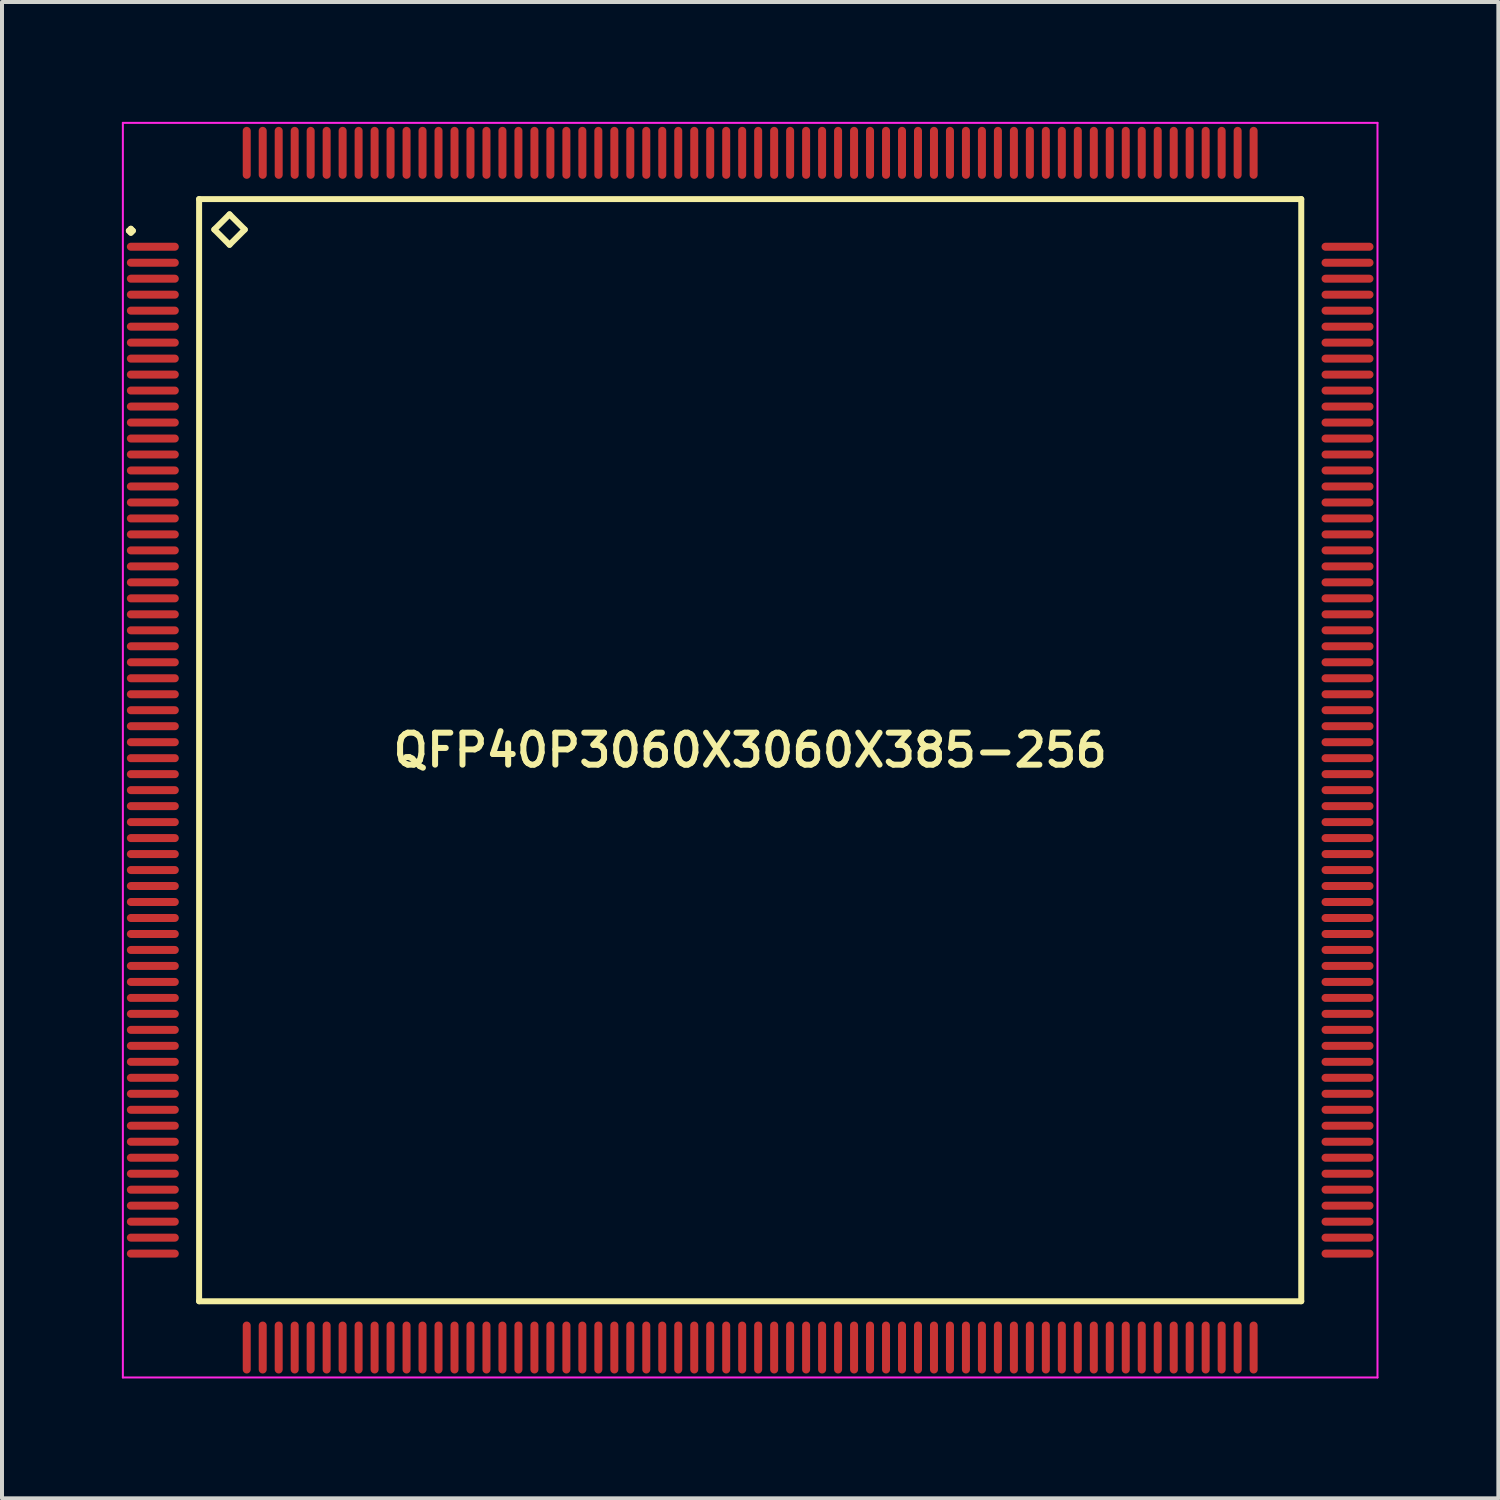
<source format=kicad_pcb>
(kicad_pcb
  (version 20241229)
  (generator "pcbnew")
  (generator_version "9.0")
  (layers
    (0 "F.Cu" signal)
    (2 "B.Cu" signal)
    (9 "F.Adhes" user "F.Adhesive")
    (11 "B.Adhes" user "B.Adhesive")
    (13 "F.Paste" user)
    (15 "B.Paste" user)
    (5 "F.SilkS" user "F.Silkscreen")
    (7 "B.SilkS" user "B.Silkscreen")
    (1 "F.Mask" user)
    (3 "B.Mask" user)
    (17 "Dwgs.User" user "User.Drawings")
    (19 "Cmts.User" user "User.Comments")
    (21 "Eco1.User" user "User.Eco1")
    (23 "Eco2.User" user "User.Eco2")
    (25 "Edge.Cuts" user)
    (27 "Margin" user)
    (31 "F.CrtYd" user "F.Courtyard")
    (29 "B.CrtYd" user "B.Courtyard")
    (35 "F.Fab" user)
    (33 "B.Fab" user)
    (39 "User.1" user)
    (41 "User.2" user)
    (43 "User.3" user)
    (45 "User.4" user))
  (footprint "QFP40P3060X3060X385-256"
    (layer "F.Cu")
    (at 15.725 15.725)
    (property "Reference" "QFP40P3060X3060X385-256" (at 0 0 0) (layer "F.SilkS") (effects (font (size 0.8 0.8) (thickness 0.15))))
    (attr smd)
    (fp_line (start -15.55 -13) (end -15.5 -13.05) (stroke (width 0.15) (type solid)) (layer "F.SilkS"))
    (fp_line (start -15.5 -13.05) (end -15.45 -13) (stroke (width 0.15) (type solid)) (layer "F.SilkS"))
    (fp_line (start -15.5 -12.95) (end -15.55 -13) (stroke (width 0.15) (type solid)) (layer "F.SilkS"))
    (fp_line (start -15.45 -13) (end -15.5 -12.95) (stroke (width 0.15) (type solid)) (layer "F.SilkS"))
    (fp_line (start -13.792 -13.792) (end -13.792 13.792) (stroke (width 0.15) (type solid)) (layer "F.SilkS"))
    (fp_line (start -13.792 13.792) (end 13.792 13.792) (stroke (width 0.15) (type solid)) (layer "F.SilkS"))
    (fp_line (start -13.411 -13.03) (end -13.03 -13.411) (stroke (width 0.15) (type solid)) (layer "F.SilkS"))
    (fp_line (start -13.03 -13.411) (end -12.649 -13.03) (stroke (width 0.15) (type solid)) (layer "F.SilkS"))
    (fp_line (start -13.03 -12.649) (end -13.411 -13.03) (stroke (width 0.15) (type solid)) (layer "F.SilkS"))
    (fp_line (start -12.649 -13.03) (end -13.03 -12.649) (stroke (width 0.15) (type solid)) (layer "F.SilkS"))
    (fp_line (start 13.792 -13.792) (end -13.792 -13.792) (stroke (width 0.15) (type solid)) (layer "F.SilkS"))
    (fp_line (start 13.792 13.792) (end 13.792 -13.792) (stroke (width 0.15) (type solid)) (layer "F.SilkS"))
    (fp_line (start -15.7 -15.7) (end 15.7 -15.7) (stroke (width 0.05) (type solid)) (layer "F.CrtYd"))
    (fp_line (start -15.7 15.7) (end -15.7 -15.7) (stroke (width 0.05) (type solid)) (layer "F.CrtYd"))
    (fp_line (start 15.7 -15.7) (end 15.7 15.7) (stroke (width 0.05) (type solid)) (layer "F.CrtYd"))
    (fp_line (start 15.7 15.7) (end -15.7 15.7) (stroke (width 0.05) (type solid)) (layer "F.CrtYd"))
    (pad "1" smd oval (at -14.95 -12.6) (size 1.3 0.2) (layers "F.Cu" "F.Mask" "F.Paste"))
    (pad "2" smd oval (at -14.95 -12.2) (size 1.3 0.2) (layers "F.Cu" "F.Mask" "F.Paste"))
    (pad "3" smd oval (at -14.95 -11.8) (size 1.3 0.2) (layers "F.Cu" "F.Mask" "F.Paste"))
    (pad "4" smd oval (at -14.95 -11.4) (size 1.3 0.2) (layers "F.Cu" "F.Mask" "F.Paste"))
    (pad "5" smd oval (at -14.95 -11) (size 1.3 0.2) (layers "F.Cu" "F.Mask" "F.Paste"))
    (pad "6" smd oval (at -14.95 -10.6) (size 1.3 0.2) (layers "F.Cu" "F.Mask" "F.Paste"))
    (pad "7" smd oval (at -14.95 -10.2) (size 1.3 0.2) (layers "F.Cu" "F.Mask" "F.Paste"))
    (pad "8" smd oval (at -14.95 -9.8) (size 1.3 0.2) (layers "F.Cu" "F.Mask" "F.Paste"))
    (pad "9" smd oval (at -14.95 -9.4) (size 1.3 0.2) (layers "F.Cu" "F.Mask" "F.Paste"))
    (pad "10" smd oval (at -14.95 -9) (size 1.3 0.2) (layers "F.Cu" "F.Mask" "F.Paste"))
    (pad "11" smd oval (at -14.95 -8.6) (size 1.3 0.2) (layers "F.Cu" "F.Mask" "F.Paste"))
    (pad "12" smd oval (at -14.95 -8.2) (size 1.3 0.2) (layers "F.Cu" "F.Mask" "F.Paste"))
    (pad "13" smd oval (at -14.95 -7.8) (size 1.3 0.2) (layers "F.Cu" "F.Mask" "F.Paste"))
    (pad "14" smd oval (at -14.95 -7.4) (size 1.3 0.2) (layers "F.Cu" "F.Mask" "F.Paste"))
    (pad "15" smd oval (at -14.95 -7) (size 1.3 0.2) (layers "F.Cu" "F.Mask" "F.Paste"))
    (pad "16" smd oval (at -14.95 -6.6) (size 1.3 0.2) (layers "F.Cu" "F.Mask" "F.Paste"))
    (pad "17" smd oval (at -14.95 -6.2) (size 1.3 0.2) (layers "F.Cu" "F.Mask" "F.Paste"))
    (pad "18" smd oval (at -14.95 -5.8) (size 1.3 0.2) (layers "F.Cu" "F.Mask" "F.Paste"))
    (pad "19" smd oval (at -14.95 -5.4) (size 1.3 0.2) (layers "F.Cu" "F.Mask" "F.Paste"))
    (pad "20" smd oval (at -14.95 -5) (size 1.3 0.2) (layers "F.Cu" "F.Mask" "F.Paste"))
    (pad "21" smd oval (at -14.95 -4.6) (size 1.3 0.2) (layers "F.Cu" "F.Mask" "F.Paste"))
    (pad "22" smd oval (at -14.95 -4.2) (size 1.3 0.2) (layers "F.Cu" "F.Mask" "F.Paste"))
    (pad "23" smd oval (at -14.95 -3.8) (size 1.3 0.2) (layers "F.Cu" "F.Mask" "F.Paste"))
    (pad "24" smd oval (at -14.95 -3.4) (size 1.3 0.2) (layers "F.Cu" "F.Mask" "F.Paste"))
    (pad "25" smd oval (at -14.95 -3) (size 1.3 0.2) (layers "F.Cu" "F.Mask" "F.Paste"))
    (pad "26" smd oval (at -14.95 -2.6) (size 1.3 0.2) (layers "F.Cu" "F.Mask" "F.Paste"))
    (pad "27" smd oval (at -14.95 -2.2) (size 1.3 0.2) (layers "F.Cu" "F.Mask" "F.Paste"))
    (pad "28" smd oval (at -14.95 -1.8) (size 1.3 0.2) (layers "F.Cu" "F.Mask" "F.Paste"))
    (pad "29" smd oval (at -14.95 -1.4) (size 1.3 0.2) (layers "F.Cu" "F.Mask" "F.Paste"))
    (pad "30" smd oval (at -14.95 -1) (size 1.3 0.2) (layers "F.Cu" "F.Mask" "F.Paste"))
    (pad "31" smd oval (at -14.95 -0.6) (size 1.3 0.2) (layers "F.Cu" "F.Mask" "F.Paste"))
    (pad "32" smd oval (at -14.95 -0.2) (size 1.3 0.2) (layers "F.Cu" "F.Mask" "F.Paste"))
    (pad "33" smd oval (at -14.95 0.2) (size 1.3 0.2) (layers "F.Cu" "F.Mask" "F.Paste"))
    (pad "34" smd oval (at -14.95 0.6) (size 1.3 0.2) (layers "F.Cu" "F.Mask" "F.Paste"))
    (pad "35" smd oval (at -14.95 1) (size 1.3 0.2) (layers "F.Cu" "F.Mask" "F.Paste"))
    (pad "36" smd oval (at -14.95 1.4) (size 1.3 0.2) (layers "F.Cu" "F.Mask" "F.Paste"))
    (pad "37" smd oval (at -14.95 1.8) (size 1.3 0.2) (layers "F.Cu" "F.Mask" "F.Paste"))
    (pad "38" smd oval (at -14.95 2.2) (size 1.3 0.2) (layers "F.Cu" "F.Mask" "F.Paste"))
    (pad "39" smd oval (at -14.95 2.6) (size 1.3 0.2) (layers "F.Cu" "F.Mask" "F.Paste"))
    (pad "40" smd oval (at -14.95 3) (size 1.3 0.2) (layers "F.Cu" "F.Mask" "F.Paste"))
    (pad "41" smd oval (at -14.95 3.4) (size 1.3 0.2) (layers "F.Cu" "F.Mask" "F.Paste"))
    (pad "42" smd oval (at -14.95 3.8) (size 1.3 0.2) (layers "F.Cu" "F.Mask" "F.Paste"))
    (pad "43" smd oval (at -14.95 4.2) (size 1.3 0.2) (layers "F.Cu" "F.Mask" "F.Paste"))
    (pad "44" smd oval (at -14.95 4.6) (size 1.3 0.2) (layers "F.Cu" "F.Mask" "F.Paste"))
    (pad "45" smd oval (at -14.95 5) (size 1.3 0.2) (layers "F.Cu" "F.Mask" "F.Paste"))
    (pad "46" smd oval (at -14.95 5.4) (size 1.3 0.2) (layers "F.Cu" "F.Mask" "F.Paste"))
    (pad "47" smd oval (at -14.95 5.8) (size 1.3 0.2) (layers "F.Cu" "F.Mask" "F.Paste"))
    (pad "48" smd oval (at -14.95 6.2) (size 1.3 0.2) (layers "F.Cu" "F.Mask" "F.Paste"))
    (pad "49" smd oval (at -14.95 6.6) (size 1.3 0.2) (layers "F.Cu" "F.Mask" "F.Paste"))
    (pad "50" smd oval (at -14.95 7) (size 1.3 0.2) (layers "F.Cu" "F.Mask" "F.Paste"))
    (pad "51" smd oval (at -14.95 7.4) (size 1.3 0.2) (layers "F.Cu" "F.Mask" "F.Paste"))
    (pad "52" smd oval (at -14.95 7.8) (size 1.3 0.2) (layers "F.Cu" "F.Mask" "F.Paste"))
    (pad "53" smd oval (at -14.95 8.2) (size 1.3 0.2) (layers "F.Cu" "F.Mask" "F.Paste"))
    (pad "54" smd oval (at -14.95 8.6) (size 1.3 0.2) (layers "F.Cu" "F.Mask" "F.Paste"))
    (pad "55" smd oval (at -14.95 9) (size 1.3 0.2) (layers "F.Cu" "F.Mask" "F.Paste"))
    (pad "56" smd oval (at -14.95 9.4) (size 1.3 0.2) (layers "F.Cu" "F.Mask" "F.Paste"))
    (pad "57" smd oval (at -14.95 9.8) (size 1.3 0.2) (layers "F.Cu" "F.Mask" "F.Paste"))
    (pad "58" smd oval (at -14.95 10.2) (size 1.3 0.2) (layers "F.Cu" "F.Mask" "F.Paste"))
    (pad "59" smd oval (at -14.95 10.6) (size 1.3 0.2) (layers "F.Cu" "F.Mask" "F.Paste"))
    (pad "60" smd oval (at -14.95 11) (size 1.3 0.2) (layers "F.Cu" "F.Mask" "F.Paste"))
    (pad "61" smd oval (at -14.95 11.4) (size 1.3 0.2) (layers "F.Cu" "F.Mask" "F.Paste"))
    (pad "62" smd oval (at -14.95 11.8) (size 1.3 0.2) (layers "F.Cu" "F.Mask" "F.Paste"))
    (pad "63" smd oval (at -14.95 12.2) (size 1.3 0.2) (layers "F.Cu" "F.Mask" "F.Paste"))
    (pad "64" smd oval (at -14.95 12.6) (size 1.3 0.2) (layers "F.Cu" "F.Mask" "F.Paste"))
    (pad "65" smd oval (at -12.6 14.95) (size 0.2 1.3) (layers "F.Cu" "F.Mask" "F.Paste"))
    (pad "66" smd oval (at -12.2 14.95) (size 0.2 1.3) (layers "F.Cu" "F.Mask" "F.Paste"))
    (pad "67" smd oval (at -11.8 14.95) (size 0.2 1.3) (layers "F.Cu" "F.Mask" "F.Paste"))
    (pad "68" smd oval (at -11.4 14.95) (size 0.2 1.3) (layers "F.Cu" "F.Mask" "F.Paste"))
    (pad "69" smd oval (at -11 14.95) (size 0.2 1.3) (layers "F.Cu" "F.Mask" "F.Paste"))
    (pad "70" smd oval (at -10.6 14.95) (size 0.2 1.3) (layers "F.Cu" "F.Mask" "F.Paste"))
    (pad "71" smd oval (at -10.2 14.95) (size 0.2 1.3) (layers "F.Cu" "F.Mask" "F.Paste"))
    (pad "72" smd oval (at -9.8 14.95) (size 0.2 1.3) (layers "F.Cu" "F.Mask" "F.Paste"))
    (pad "73" smd oval (at -9.4 14.95) (size 0.2 1.3) (layers "F.Cu" "F.Mask" "F.Paste"))
    (pad "74" smd oval (at -9 14.95) (size 0.2 1.3) (layers "F.Cu" "F.Mask" "F.Paste"))
    (pad "75" smd oval (at -8.6 14.95) (size 0.2 1.3) (layers "F.Cu" "F.Mask" "F.Paste"))
    (pad "76" smd oval (at -8.2 14.95) (size 0.2 1.3) (layers "F.Cu" "F.Mask" "F.Paste"))
    (pad "77" smd oval (at -7.8 14.95) (size 0.2 1.3) (layers "F.Cu" "F.Mask" "F.Paste"))
    (pad "78" smd oval (at -7.4 14.95) (size 0.2 1.3) (layers "F.Cu" "F.Mask" "F.Paste"))
    (pad "79" smd oval (at -7 14.95) (size 0.2 1.3) (layers "F.Cu" "F.Mask" "F.Paste"))
    (pad "80" smd oval (at -6.6 14.95) (size 0.2 1.3) (layers "F.Cu" "F.Mask" "F.Paste"))
    (pad "81" smd oval (at -6.2 14.95) (size 0.2 1.3) (layers "F.Cu" "F.Mask" "F.Paste"))
    (pad "82" smd oval (at -5.8 14.95) (size 0.2 1.3) (layers "F.Cu" "F.Mask" "F.Paste"))
    (pad "83" smd oval (at -5.4 14.95) (size 0.2 1.3) (layers "F.Cu" "F.Mask" "F.Paste"))
    (pad "84" smd oval (at -5 14.95) (size 0.2 1.3) (layers "F.Cu" "F.Mask" "F.Paste"))
    (pad "85" smd oval (at -4.6 14.95) (size 0.2 1.3) (layers "F.Cu" "F.Mask" "F.Paste"))
    (pad "86" smd oval (at -4.2 14.95) (size 0.2 1.3) (layers "F.Cu" "F.Mask" "F.Paste"))
    (pad "87" smd oval (at -3.8 14.95) (size 0.2 1.3) (layers "F.Cu" "F.Mask" "F.Paste"))
    (pad "88" smd oval (at -3.4 14.95) (size 0.2 1.3) (layers "F.Cu" "F.Mask" "F.Paste"))
    (pad "89" smd oval (at -3 14.95) (size 0.2 1.3) (layers "F.Cu" "F.Mask" "F.Paste"))
    (pad "90" smd oval (at -2.6 14.95) (size 0.2 1.3) (layers "F.Cu" "F.Mask" "F.Paste"))
    (pad "91" smd oval (at -2.2 14.95) (size 0.2 1.3) (layers "F.Cu" "F.Mask" "F.Paste"))
    (pad "92" smd oval (at -1.8 14.95) (size 0.2 1.3) (layers "F.Cu" "F.Mask" "F.Paste"))
    (pad "93" smd oval (at -1.4 14.95) (size 0.2 1.3) (layers "F.Cu" "F.Mask" "F.Paste"))
    (pad "94" smd oval (at -1 14.95) (size 0.2 1.3) (layers "F.Cu" "F.Mask" "F.Paste"))
    (pad "95" smd oval (at -0.6 14.95) (size 0.2 1.3) (layers "F.Cu" "F.Mask" "F.Paste"))
    (pad "96" smd oval (at -0.2 14.95) (size 0.2 1.3) (layers "F.Cu" "F.Mask" "F.Paste"))
    (pad "97" smd oval (at 0.2 14.95) (size 0.2 1.3) (layers "F.Cu" "F.Mask" "F.Paste"))
    (pad "98" smd oval (at 0.6 14.95) (size 0.2 1.3) (layers "F.Cu" "F.Mask" "F.Paste"))
    (pad "99" smd oval (at 1 14.95) (size 0.2 1.3) (layers "F.Cu" "F.Mask" "F.Paste"))
    (pad "100" smd oval (at 1.4 14.95) (size 0.2 1.3) (layers "F.Cu" "F.Mask" "F.Paste"))
    (pad "101" smd oval (at 1.8 14.95) (size 0.2 1.3) (layers "F.Cu" "F.Mask" "F.Paste"))
    (pad "102" smd oval (at 2.2 14.95) (size 0.2 1.3) (layers "F.Cu" "F.Mask" "F.Paste"))
    (pad "103" smd oval (at 2.6 14.95) (size 0.2 1.3) (layers "F.Cu" "F.Mask" "F.Paste"))
    (pad "104" smd oval (at 3 14.95) (size 0.2 1.3) (layers "F.Cu" "F.Mask" "F.Paste"))
    (pad "105" smd oval (at 3.4 14.95) (size 0.2 1.3) (layers "F.Cu" "F.Mask" "F.Paste"))
    (pad "106" smd oval (at 3.8 14.95) (size 0.2 1.3) (layers "F.Cu" "F.Mask" "F.Paste"))
    (pad "107" smd oval (at 4.2 14.95) (size 0.2 1.3) (layers "F.Cu" "F.Mask" "F.Paste"))
    (pad "108" smd oval (at 4.6 14.95) (size 0.2 1.3) (layers "F.Cu" "F.Mask" "F.Paste"))
    (pad "109" smd oval (at 5 14.95) (size 0.2 1.3) (layers "F.Cu" "F.Mask" "F.Paste"))
    (pad "110" smd oval (at 5.4 14.95) (size 0.2 1.3) (layers "F.Cu" "F.Mask" "F.Paste"))
    (pad "111" smd oval (at 5.8 14.95) (size 0.2 1.3) (layers "F.Cu" "F.Mask" "F.Paste"))
    (pad "112" smd oval (at 6.2 14.95) (size 0.2 1.3) (layers "F.Cu" "F.Mask" "F.Paste"))
    (pad "113" smd oval (at 6.6 14.95) (size 0.2 1.3) (layers "F.Cu" "F.Mask" "F.Paste"))
    (pad "114" smd oval (at 7 14.95) (size 0.2 1.3) (layers "F.Cu" "F.Mask" "F.Paste"))
    (pad "115" smd oval (at 7.4 14.95) (size 0.2 1.3) (layers "F.Cu" "F.Mask" "F.Paste"))
    (pad "116" smd oval (at 7.8 14.95) (size 0.2 1.3) (layers "F.Cu" "F.Mask" "F.Paste"))
    (pad "117" smd oval (at 8.2 14.95) (size 0.2 1.3) (layers "F.Cu" "F.Mask" "F.Paste"))
    (pad "118" smd oval (at 8.6 14.95) (size 0.2 1.3) (layers "F.Cu" "F.Mask" "F.Paste"))
    (pad "119" smd oval (at 9 14.95) (size 0.2 1.3) (layers "F.Cu" "F.Mask" "F.Paste"))
    (pad "120" smd oval (at 9.4 14.95) (size 0.2 1.3) (layers "F.Cu" "F.Mask" "F.Paste"))
    (pad "121" smd oval (at 9.8 14.95) (size 0.2 1.3) (layers "F.Cu" "F.Mask" "F.Paste"))
    (pad "122" smd oval (at 10.2 14.95) (size 0.2 1.3) (layers "F.Cu" "F.Mask" "F.Paste"))
    (pad "123" smd oval (at 10.6 14.95) (size 0.2 1.3) (layers "F.Cu" "F.Mask" "F.Paste"))
    (pad "124" smd oval (at 11 14.95) (size 0.2 1.3) (layers "F.Cu" "F.Mask" "F.Paste"))
    (pad "125" smd oval (at 11.4 14.95) (size 0.2 1.3) (layers "F.Cu" "F.Mask" "F.Paste"))
    (pad "126" smd oval (at 11.8 14.95) (size 0.2 1.3) (layers "F.Cu" "F.Mask" "F.Paste"))
    (pad "127" smd oval (at 12.2 14.95) (size 0.2 1.3) (layers "F.Cu" "F.Mask" "F.Paste"))
    (pad "128" smd oval (at 12.6 14.95) (size 0.2 1.3) (layers "F.Cu" "F.Mask" "F.Paste"))
    (pad "129" smd oval (at 14.95 12.6) (size 1.3 0.2) (layers "F.Cu" "F.Mask" "F.Paste"))
    (pad "130" smd oval (at 14.95 12.2) (size 1.3 0.2) (layers "F.Cu" "F.Mask" "F.Paste"))
    (pad "131" smd oval (at 14.95 11.8) (size 1.3 0.2) (layers "F.Cu" "F.Mask" "F.Paste"))
    (pad "132" smd oval (at 14.95 11.4) (size 1.3 0.2) (layers "F.Cu" "F.Mask" "F.Paste"))
    (pad "133" smd oval (at 14.95 11) (size 1.3 0.2) (layers "F.Cu" "F.Mask" "F.Paste"))
    (pad "134" smd oval (at 14.95 10.6) (size 1.3 0.2) (layers "F.Cu" "F.Mask" "F.Paste"))
    (pad "135" smd oval (at 14.95 10.2) (size 1.3 0.2) (layers "F.Cu" "F.Mask" "F.Paste"))
    (pad "136" smd oval (at 14.95 9.8) (size 1.3 0.2) (layers "F.Cu" "F.Mask" "F.Paste"))
    (pad "137" smd oval (at 14.95 9.4) (size 1.3 0.2) (layers "F.Cu" "F.Mask" "F.Paste"))
    (pad "138" smd oval (at 14.95 9) (size 1.3 0.2) (layers "F.Cu" "F.Mask" "F.Paste"))
    (pad "139" smd oval (at 14.95 8.6) (size 1.3 0.2) (layers "F.Cu" "F.Mask" "F.Paste"))
    (pad "140" smd oval (at 14.95 8.2) (size 1.3 0.2) (layers "F.Cu" "F.Mask" "F.Paste"))
    (pad "141" smd oval (at 14.95 7.8) (size 1.3 0.2) (layers "F.Cu" "F.Mask" "F.Paste"))
    (pad "142" smd oval (at 14.95 7.4) (size 1.3 0.2) (layers "F.Cu" "F.Mask" "F.Paste"))
    (pad "143" smd oval (at 14.95 7) (size 1.3 0.2) (layers "F.Cu" "F.Mask" "F.Paste"))
    (pad "144" smd oval (at 14.95 6.6) (size 1.3 0.2) (layers "F.Cu" "F.Mask" "F.Paste"))
    (pad "145" smd oval (at 14.95 6.2) (size 1.3 0.2) (layers "F.Cu" "F.Mask" "F.Paste"))
    (pad "146" smd oval (at 14.95 5.8) (size 1.3 0.2) (layers "F.Cu" "F.Mask" "F.Paste"))
    (pad "147" smd oval (at 14.95 5.4) (size 1.3 0.2) (layers "F.Cu" "F.Mask" "F.Paste"))
    (pad "148" smd oval (at 14.95 5) (size 1.3 0.2) (layers "F.Cu" "F.Mask" "F.Paste"))
    (pad "149" smd oval (at 14.95 4.6) (size 1.3 0.2) (layers "F.Cu" "F.Mask" "F.Paste"))
    (pad "150" smd oval (at 14.95 4.2) (size 1.3 0.2) (layers "F.Cu" "F.Mask" "F.Paste"))
    (pad "151" smd oval (at 14.95 3.8) (size 1.3 0.2) (layers "F.Cu" "F.Mask" "F.Paste"))
    (pad "152" smd oval (at 14.95 3.4) (size 1.3 0.2) (layers "F.Cu" "F.Mask" "F.Paste"))
    (pad "153" smd oval (at 14.95 3) (size 1.3 0.2) (layers "F.Cu" "F.Mask" "F.Paste"))
    (pad "154" smd oval (at 14.95 2.6) (size 1.3 0.2) (layers "F.Cu" "F.Mask" "F.Paste"))
    (pad "155" smd oval (at 14.95 2.2) (size 1.3 0.2) (layers "F.Cu" "F.Mask" "F.Paste"))
    (pad "156" smd oval (at 14.95 1.8) (size 1.3 0.2) (layers "F.Cu" "F.Mask" "F.Paste"))
    (pad "157" smd oval (at 14.95 1.4) (size 1.3 0.2) (layers "F.Cu" "F.Mask" "F.Paste"))
    (pad "158" smd oval (at 14.95 1) (size 1.3 0.2) (layers "F.Cu" "F.Mask" "F.Paste"))
    (pad "159" smd oval (at 14.95 0.6) (size 1.3 0.2) (layers "F.Cu" "F.Mask" "F.Paste"))
    (pad "160" smd oval (at 14.95 0.2) (size 1.3 0.2) (layers "F.Cu" "F.Mask" "F.Paste"))
    (pad "161" smd oval (at 14.95 -0.2) (size 1.3 0.2) (layers "F.Cu" "F.Mask" "F.Paste"))
    (pad "162" smd oval (at 14.95 -0.6) (size 1.3 0.2) (layers "F.Cu" "F.Mask" "F.Paste"))
    (pad "163" smd oval (at 14.95 -1) (size 1.3 0.2) (layers "F.Cu" "F.Mask" "F.Paste"))
    (pad "164" smd oval (at 14.95 -1.4) (size 1.3 0.2) (layers "F.Cu" "F.Mask" "F.Paste"))
    (pad "165" smd oval (at 14.95 -1.8) (size 1.3 0.2) (layers "F.Cu" "F.Mask" "F.Paste"))
    (pad "166" smd oval (at 14.95 -2.2) (size 1.3 0.2) (layers "F.Cu" "F.Mask" "F.Paste"))
    (pad "167" smd oval (at 14.95 -2.6) (size 1.3 0.2) (layers "F.Cu" "F.Mask" "F.Paste"))
    (pad "168" smd oval (at 14.95 -3) (size 1.3 0.2) (layers "F.Cu" "F.Mask" "F.Paste"))
    (pad "169" smd oval (at 14.95 -3.4) (size 1.3 0.2) (layers "F.Cu" "F.Mask" "F.Paste"))
    (pad "170" smd oval (at 14.95 -3.8) (size 1.3 0.2) (layers "F.Cu" "F.Mask" "F.Paste"))
    (pad "171" smd oval (at 14.95 -4.2) (size 1.3 0.2) (layers "F.Cu" "F.Mask" "F.Paste"))
    (pad "172" smd oval (at 14.95 -4.6) (size 1.3 0.2) (layers "F.Cu" "F.Mask" "F.Paste"))
    (pad "173" smd oval (at 14.95 -5) (size 1.3 0.2) (layers "F.Cu" "F.Mask" "F.Paste"))
    (pad "174" smd oval (at 14.95 -5.4) (size 1.3 0.2) (layers "F.Cu" "F.Mask" "F.Paste"))
    (pad "175" smd oval (at 14.95 -5.8) (size 1.3 0.2) (layers "F.Cu" "F.Mask" "F.Paste"))
    (pad "176" smd oval (at 14.95 -6.2) (size 1.3 0.2) (layers "F.Cu" "F.Mask" "F.Paste"))
    (pad "177" smd oval (at 14.95 -6.6) (size 1.3 0.2) (layers "F.Cu" "F.Mask" "F.Paste"))
    (pad "178" smd oval (at 14.95 -7) (size 1.3 0.2) (layers "F.Cu" "F.Mask" "F.Paste"))
    (pad "179" smd oval (at 14.95 -7.4) (size 1.3 0.2) (layers "F.Cu" "F.Mask" "F.Paste"))
    (pad "180" smd oval (at 14.95 -7.8) (size 1.3 0.2) (layers "F.Cu" "F.Mask" "F.Paste"))
    (pad "181" smd oval (at 14.95 -8.2) (size 1.3 0.2) (layers "F.Cu" "F.Mask" "F.Paste"))
    (pad "182" smd oval (at 14.95 -8.6) (size 1.3 0.2) (layers "F.Cu" "F.Mask" "F.Paste"))
    (pad "183" smd oval (at 14.95 -9) (size 1.3 0.2) (layers "F.Cu" "F.Mask" "F.Paste"))
    (pad "184" smd oval (at 14.95 -9.4) (size 1.3 0.2) (layers "F.Cu" "F.Mask" "F.Paste"))
    (pad "185" smd oval (at 14.95 -9.8) (size 1.3 0.2) (layers "F.Cu" "F.Mask" "F.Paste"))
    (pad "186" smd oval (at 14.95 -10.2) (size 1.3 0.2) (layers "F.Cu" "F.Mask" "F.Paste"))
    (pad "187" smd oval (at 14.95 -10.6) (size 1.3 0.2) (layers "F.Cu" "F.Mask" "F.Paste"))
    (pad "188" smd oval (at 14.95 -11) (size 1.3 0.2) (layers "F.Cu" "F.Mask" "F.Paste"))
    (pad "189" smd oval (at 14.95 -11.4) (size 1.3 0.2) (layers "F.Cu" "F.Mask" "F.Paste"))
    (pad "190" smd oval (at 14.95 -11.8) (size 1.3 0.2) (layers "F.Cu" "F.Mask" "F.Paste"))
    (pad "191" smd oval (at 14.95 -12.2) (size 1.3 0.2) (layers "F.Cu" "F.Mask" "F.Paste"))
    (pad "192" smd oval (at 14.95 -12.6) (size 1.3 0.2) (layers "F.Cu" "F.Mask" "F.Paste"))
    (pad "193" smd oval (at 12.6 -14.95) (size 0.2 1.3) (layers "F.Cu" "F.Mask" "F.Paste"))
    (pad "194" smd oval (at 12.2 -14.95) (size 0.2 1.3) (layers "F.Cu" "F.Mask" "F.Paste"))
    (pad "195" smd oval (at 11.8 -14.95) (size 0.2 1.3) (layers "F.Cu" "F.Mask" "F.Paste"))
    (pad "196" smd oval (at 11.4 -14.95) (size 0.2 1.3) (layers "F.Cu" "F.Mask" "F.Paste"))
    (pad "197" smd oval (at 11 -14.95) (size 0.2 1.3) (layers "F.Cu" "F.Mask" "F.Paste"))
    (pad "198" smd oval (at 10.6 -14.95) (size 0.2 1.3) (layers "F.Cu" "F.Mask" "F.Paste"))
    (pad "199" smd oval (at 10.2 -14.95) (size 0.2 1.3) (layers "F.Cu" "F.Mask" "F.Paste"))
    (pad "200" smd oval (at 9.8 -14.95) (size 0.2 1.3) (layers "F.Cu" "F.Mask" "F.Paste"))
    (pad "201" smd oval (at 9.4 -14.95) (size 0.2 1.3) (layers "F.Cu" "F.Mask" "F.Paste"))
    (pad "202" smd oval (at 9 -14.95) (size 0.2 1.3) (layers "F.Cu" "F.Mask" "F.Paste"))
    (pad "203" smd oval (at 8.6 -14.95) (size 0.2 1.3) (layers "F.Cu" "F.Mask" "F.Paste"))
    (pad "204" smd oval (at 8.2 -14.95) (size 0.2 1.3) (layers "F.Cu" "F.Mask" "F.Paste"))
    (pad "205" smd oval (at 7.8 -14.95) (size 0.2 1.3) (layers "F.Cu" "F.Mask" "F.Paste"))
    (pad "206" smd oval (at 7.4 -14.95) (size 0.2 1.3) (layers "F.Cu" "F.Mask" "F.Paste"))
    (pad "207" smd oval (at 7 -14.95) (size 0.2 1.3) (layers "F.Cu" "F.Mask" "F.Paste"))
    (pad "208" smd oval (at 6.6 -14.95) (size 0.2 1.3) (layers "F.Cu" "F.Mask" "F.Paste"))
    (pad "209" smd oval (at 6.2 -14.95) (size 0.2 1.3) (layers "F.Cu" "F.Mask" "F.Paste"))
    (pad "210" smd oval (at 5.8 -14.95) (size 0.2 1.3) (layers "F.Cu" "F.Mask" "F.Paste"))
    (pad "211" smd oval (at 5.4 -14.95) (size 0.2 1.3) (layers "F.Cu" "F.Mask" "F.Paste"))
    (pad "212" smd oval (at 5 -14.95) (size 0.2 1.3) (layers "F.Cu" "F.Mask" "F.Paste"))
    (pad "213" smd oval (at 4.6 -14.95) (size 0.2 1.3) (layers "F.Cu" "F.Mask" "F.Paste"))
    (pad "214" smd oval (at 4.2 -14.95) (size 0.2 1.3) (layers "F.Cu" "F.Mask" "F.Paste"))
    (pad "215" smd oval (at 3.8 -14.95) (size 0.2 1.3) (layers "F.Cu" "F.Mask" "F.Paste"))
    (pad "216" smd oval (at 3.4 -14.95) (size 0.2 1.3) (layers "F.Cu" "F.Mask" "F.Paste"))
    (pad "217" smd oval (at 3 -14.95) (size 0.2 1.3) (layers "F.Cu" "F.Mask" "F.Paste"))
    (pad "218" smd oval (at 2.6 -14.95) (size 0.2 1.3) (layers "F.Cu" "F.Mask" "F.Paste"))
    (pad "219" smd oval (at 2.2 -14.95) (size 0.2 1.3) (layers "F.Cu" "F.Mask" "F.Paste"))
    (pad "220" smd oval (at 1.8 -14.95) (size 0.2 1.3) (layers "F.Cu" "F.Mask" "F.Paste"))
    (pad "221" smd oval (at 1.4 -14.95) (size 0.2 1.3) (layers "F.Cu" "F.Mask" "F.Paste"))
    (pad "222" smd oval (at 1 -14.95) (size 0.2 1.3) (layers "F.Cu" "F.Mask" "F.Paste"))
    (pad "223" smd oval (at 0.6 -14.95) (size 0.2 1.3) (layers "F.Cu" "F.Mask" "F.Paste"))
    (pad "224" smd oval (at 0.2 -14.95) (size 0.2 1.3) (layers "F.Cu" "F.Mask" "F.Paste"))
    (pad "225" smd oval (at -0.2 -14.95) (size 0.2 1.3) (layers "F.Cu" "F.Mask" "F.Paste"))
    (pad "226" smd oval (at -0.6 -14.95) (size 0.2 1.3) (layers "F.Cu" "F.Mask" "F.Paste"))
    (pad "227" smd oval (at -1 -14.95) (size 0.2 1.3) (layers "F.Cu" "F.Mask" "F.Paste"))
    (pad "228" smd oval (at -1.4 -14.95) (size 0.2 1.3) (layers "F.Cu" "F.Mask" "F.Paste"))
    (pad "229" smd oval (at -1.8 -14.95) (size 0.2 1.3) (layers "F.Cu" "F.Mask" "F.Paste"))
    (pad "230" smd oval (at -2.2 -14.95) (size 0.2 1.3) (layers "F.Cu" "F.Mask" "F.Paste"))
    (pad "231" smd oval (at -2.6 -14.95) (size 0.2 1.3) (layers "F.Cu" "F.Mask" "F.Paste"))
    (pad "232" smd oval (at -3 -14.95) (size 0.2 1.3) (layers "F.Cu" "F.Mask" "F.Paste"))
    (pad "233" smd oval (at -3.4 -14.95) (size 0.2 1.3) (layers "F.Cu" "F.Mask" "F.Paste"))
    (pad "234" smd oval (at -3.8 -14.95) (size 0.2 1.3) (layers "F.Cu" "F.Mask" "F.Paste"))
    (pad "235" smd oval (at -4.2 -14.95) (size 0.2 1.3) (layers "F.Cu" "F.Mask" "F.Paste"))
    (pad "236" smd oval (at -4.6 -14.95) (size 0.2 1.3) (layers "F.Cu" "F.Mask" "F.Paste"))
    (pad "237" smd oval (at -5 -14.95) (size 0.2 1.3) (layers "F.Cu" "F.Mask" "F.Paste"))
    (pad "238" smd oval (at -5.4 -14.95) (size 0.2 1.3) (layers "F.Cu" "F.Mask" "F.Paste"))
    (pad "239" smd oval (at -5.8 -14.95) (size 0.2 1.3) (layers "F.Cu" "F.Mask" "F.Paste"))
    (pad "240" smd oval (at -6.2 -14.95) (size 0.2 1.3) (layers "F.Cu" "F.Mask" "F.Paste"))
    (pad "241" smd oval (at -6.6 -14.95) (size 0.2 1.3) (layers "F.Cu" "F.Mask" "F.Paste"))
    (pad "242" smd oval (at -7 -14.95) (size 0.2 1.3) (layers "F.Cu" "F.Mask" "F.Paste"))
    (pad "243" smd oval (at -7.4 -14.95) (size 0.2 1.3) (layers "F.Cu" "F.Mask" "F.Paste"))
    (pad "244" smd oval (at -7.8 -14.95) (size 0.2 1.3) (layers "F.Cu" "F.Mask" "F.Paste"))
    (pad "245" smd oval (at -8.2 -14.95) (size 0.2 1.3) (layers "F.Cu" "F.Mask" "F.Paste"))
    (pad "246" smd oval (at -8.6 -14.95) (size 0.2 1.3) (layers "F.Cu" "F.Mask" "F.Paste"))
    (pad "247" smd oval (at -9 -14.95) (size 0.2 1.3) (layers "F.Cu" "F.Mask" "F.Paste"))
    (pad "248" smd oval (at -9.4 -14.95) (size 0.2 1.3) (layers "F.Cu" "F.Mask" "F.Paste"))
    (pad "249" smd oval (at -9.8 -14.95) (size 0.2 1.3) (layers "F.Cu" "F.Mask" "F.Paste"))
    (pad "250" smd oval (at -10.2 -14.95) (size 0.2 1.3) (layers "F.Cu" "F.Mask" "F.Paste"))
    (pad "251" smd oval (at -10.6 -14.95) (size 0.2 1.3) (layers "F.Cu" "F.Mask" "F.Paste"))
    (pad "252" smd oval (at -11 -14.95) (size 0.2 1.3) (layers "F.Cu" "F.Mask" "F.Paste"))
    (pad "253" smd oval (at -11.4 -14.95) (size 0.2 1.3) (layers "F.Cu" "F.Mask" "F.Paste"))
    (pad "254" smd oval (at -11.8 -14.95) (size 0.2 1.3) (layers "F.Cu" "F.Mask" "F.Paste"))
    (pad "255" smd oval (at -12.2 -14.95) (size 0.2 1.3) (layers "F.Cu" "F.Mask" "F.Paste"))
    (pad "256" smd oval (at -12.6 -14.95) (size 0.2 1.3) (layers "F.Cu" "F.Mask" "F.Paste")))
  (gr_rect
    (start -3 -3)
    (end 34.45 34.45)
    (stroke (width 0.1) (type default))
    (fill no)
    (layer "Edge.Cuts")))
</source>
